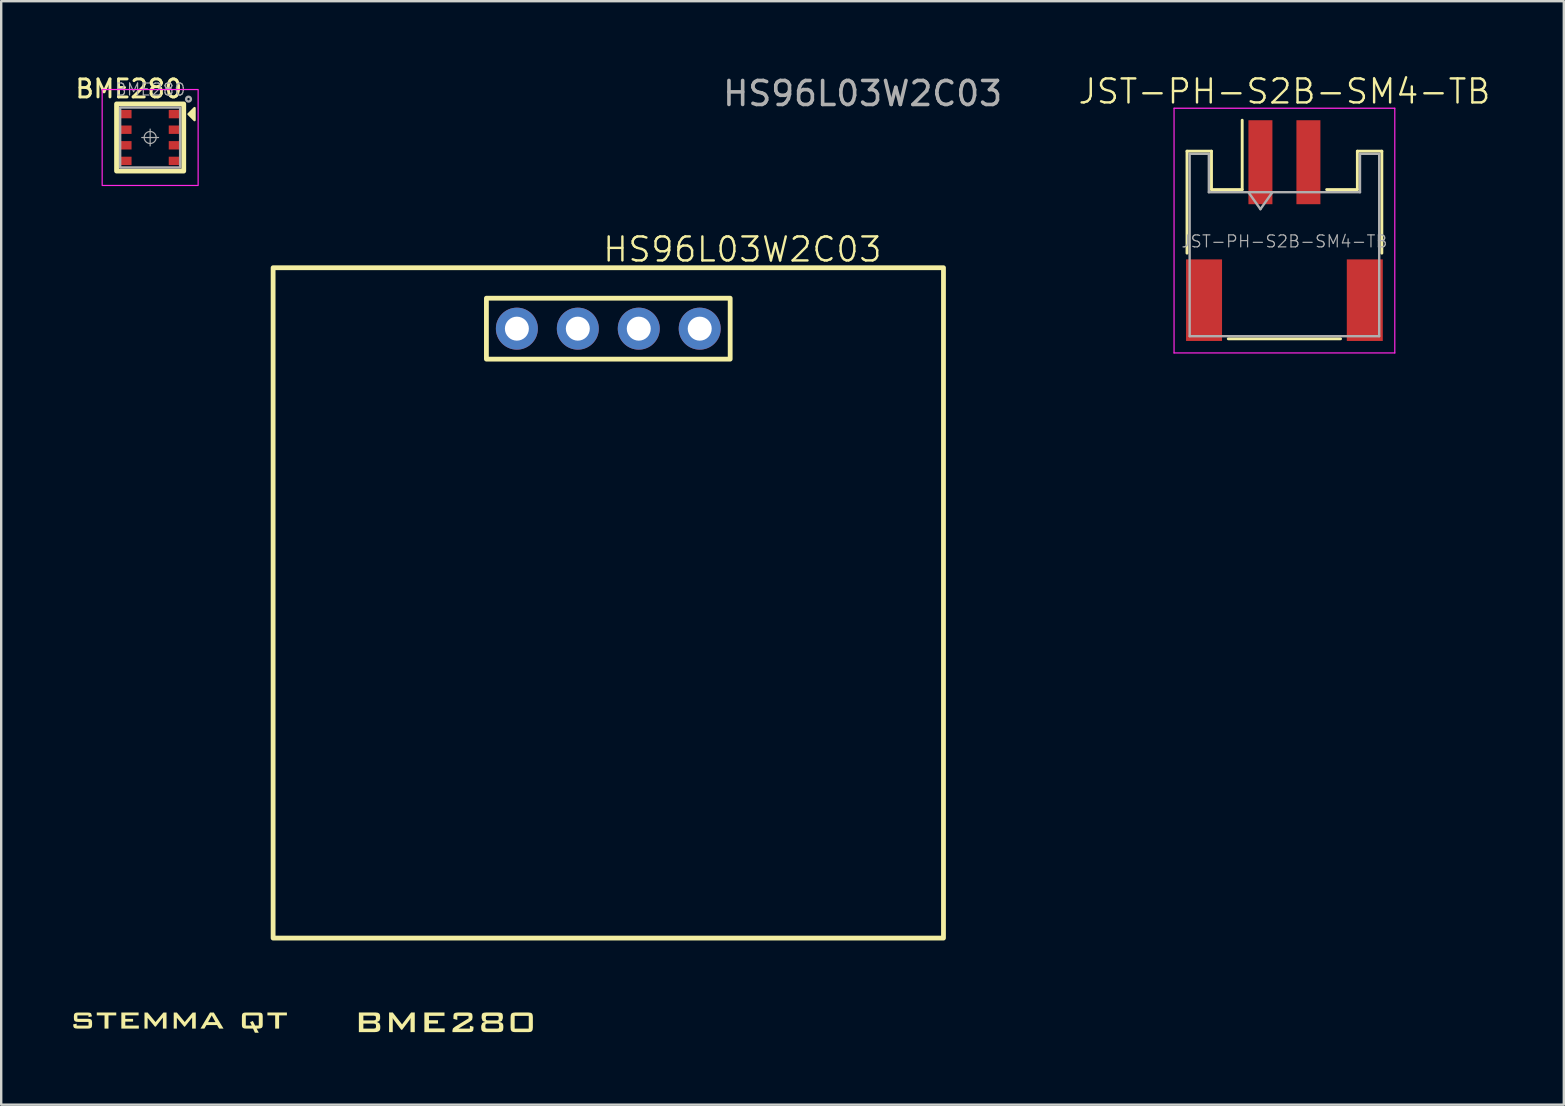
<source format=kicad_pcb>
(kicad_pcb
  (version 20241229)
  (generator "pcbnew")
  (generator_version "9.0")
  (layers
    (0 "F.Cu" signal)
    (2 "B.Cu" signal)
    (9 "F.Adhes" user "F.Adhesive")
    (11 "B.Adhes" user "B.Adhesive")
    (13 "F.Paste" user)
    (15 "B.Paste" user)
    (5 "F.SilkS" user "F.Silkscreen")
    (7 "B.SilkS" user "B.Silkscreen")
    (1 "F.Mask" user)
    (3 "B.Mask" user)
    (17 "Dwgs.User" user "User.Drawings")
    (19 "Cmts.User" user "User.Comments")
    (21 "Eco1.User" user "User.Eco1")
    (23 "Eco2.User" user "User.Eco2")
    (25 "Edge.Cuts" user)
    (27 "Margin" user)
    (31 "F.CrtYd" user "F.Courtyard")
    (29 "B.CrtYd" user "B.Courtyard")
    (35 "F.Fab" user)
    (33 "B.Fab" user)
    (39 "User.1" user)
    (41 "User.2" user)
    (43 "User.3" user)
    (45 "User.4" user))
  (footprint "kibuzzard-63A147A6"
    (layer "F.Cu")
    (at 15.533 39.559)
    (property "Reference" "kibuzzard-63A147A6" (at 0 -0.41 0) (layer "F.SilkS") (effects (font (size 0.001 0.001) (thickness 0.000003))))
    (attr board_only exclude_from_pos_files exclude_from_bom)
    (fp_poly (pts (xy -0.896 0.41) (xy -0.896 -0.41) (xy -0.057 -0.41) (xy -0.057 -0.27) (xy -0.705 -0.27) (xy -0.705 -0.087) (xy -0.327 -0.087) (xy -0.327 0.052) (xy -0.705 0.052) (xy -0.705 0.255) (xy -0.049 0.255) (xy -0.049 0.41) (xy -0.896 0.41)) (stroke (width 0) (type solid)) (fill yes) (layer "F.SilkS"))
    (fp_poly (pts (xy -2.367 0.41) (xy -2.367 -0.41) (xy -2.213 -0.41) (xy -1.827 0.086) (xy -1.449 -0.41) (xy -1.296 -0.41) (xy -1.296 0.41) (xy -1.473 0.41) (xy -1.473 -0.097) (xy -1.471 -0.134) (xy -1.466 -0.184) (xy -1.493 -0.132) (xy -1.514 -0.098) (xy -1.822 0.311) (xy -1.86 0.311) (xy -2.168 -0.1) (xy -2.198 -0.143) (xy -2.217 -0.183) (xy -2.214 -0.137) (xy -2.213 -0.097) (xy -2.213 0.41) (xy -2.367 0.41)) (stroke (width 0) (type solid)) (fill yes) (layer "F.SilkS"))
    (fp_poly (pts (xy 2.697 -0.216) (xy 2.868 0.262) (xy 3.454 0.262) (xy 3.454 -0.27) (xy 2.868 -0.27) (xy 2.868 0.262) (xy 2.697 -0.216) (xy 2.707 -0.31) (xy 2.736 -0.369) (xy 2.793 -0.399) (xy 2.884 -0.41) (xy 3.438 -0.41) (xy 3.53 -0.399) (xy 3.587 -0.369) (xy 3.616 -0.31) (xy 3.626 -0.216) (xy 3.626 0.216) (xy 3.616 0.31) (xy 3.587 0.369) (xy 3.53 0.399) (xy 3.438 0.41) (xy 2.884 0.41) (xy 2.793 0.399) (xy 2.736 0.369) (xy 2.707 0.31) (xy 2.697 0.216) (xy 2.697 -0.216)) (stroke (width 0) (type solid)) (fill yes) (layer "F.SilkS"))
    (fp_poly (pts (xy 0.316 -0.249) (xy 0.325 -0.327) (xy 0.354 -0.376) (xy 0.41 -0.401) (xy 0.503 -0.41) (xy 0.924 -0.41) (xy 1.016 -0.401) (xy 1.073 -0.376) (xy 1.102 -0.327) (xy 1.111 -0.249) (xy 1.111 -0.197) (xy 1.093 -0.105) (xy 1.005 -0.03) (xy 0.524 0.262) (xy 1 0.262) (xy 1 0.141) (xy 1.151 0.184) (xy 1.151 0.249) (xy 1.141 0.327) (xy 1.112 0.376) (xy 1.056 0.401) (xy 0.963 0.41) (xy 0.274 0.41) (xy 0.274 0.335) (xy 0.297 0.252) (xy 0.378 0.186) (xy 0.945 -0.163) (xy 0.945 -0.27) (xy 0.478 -0.27) (xy 0.478 -0.101) (xy 0.316 -0.143) (xy 0.316 -0.249)) (stroke (width 0) (type solid)) (fill yes) (layer "F.SilkS"))
    (fp_poly (pts (xy -3.626 0.41) (xy -3.438 0.262) (xy -3.003 0.262) (xy -2.93 0.246) (xy -2.911 0.189) (xy -2.911 0.127) (xy -2.93 0.07) (xy -3.003 0.054) (xy -3.438 0.054) (xy -3.438 0.262) (xy -3.626 0.41) (xy -3.626 -0.41) (xy -3.003 -0.276) (xy -3.438 -0.276) (xy -3.438 -0.081) (xy -3.003 -0.081) (xy -2.935 -0.094) (xy -2.916 -0.14) (xy -2.916 -0.217) (xy -2.935 -0.263) (xy -3.003 -0.276) (xy -3.626 -0.41) (xy -2.923 -0.41) (xy -2.84 -0.4) (xy -2.783 -0.372) (xy -2.751 -0.322) (xy -2.74 -0.251) (xy -2.74 -0.151) (xy -2.776 -0.057) (xy -2.881 -0.013) (xy -2.772 0.038) (xy -2.734 0.145) (xy -2.734 0.249) (xy -2.748 0.32) (xy -2.793 0.37) (xy -2.868 0.4) (xy -2.975 0.41) (xy -3.626 0.41)) (stroke (width 0) (type solid)) (fill yes) (layer "F.SilkS"))
    (fp_poly (pts (xy 2.189 -0.41) (xy 2.125 -0.27) (xy 1.743 -0.27) (xy 1.679 -0.255) (xy 1.663 -0.195) (xy 1.663 -0.154) (xy 1.679 -0.095) (xy 1.743 -0.079) (xy 2.125 -0.079) (xy 2.187 -0.094) (xy 2.203 -0.154) (xy 2.203 -0.195) (xy 2.187 -0.255) (xy 2.125 -0.27) (xy 2.189 -0.41) (xy 2.281 -0.401) (xy 2.143 0.054) (xy 1.724 0.054) (xy 1.662 0.069) (xy 1.646 0.129) (xy 1.646 0.189) (xy 1.661 0.248) (xy 1.724 0.262) (xy 2.143 0.262) (xy 2.205 0.248) (xy 2.22 0.189) (xy 2.22 0.129) (xy 2.205 0.069) (xy 2.143 0.054) (xy 2.281 -0.401) (xy 2.338 -0.376) (xy 2.367 -0.327) (xy 2.376 -0.249) (xy 2.376 -0.175) (xy 2.341 -0.068) (xy 2.293 -0.037) (xy 2.219 -0.016) (xy 2.298 0.002) (xy 2.352 0.034) (xy 2.384 0.082) (xy 2.395 0.148) (xy 2.395 0.234) (xy 2.384 0.318) (xy 2.351 0.372) (xy 2.29 0.4) (xy 2.195 0.41) (xy 1.672 0.41) (xy 1.577 0.4) (xy 1.517 0.372) (xy 1.484 0.319) (xy 1.473 0.234) (xy 1.473 0.148) (xy 1.516 0.034) (xy 1.57 0.002) (xy 1.648 -0.016) (xy 1.574 -0.038) (xy 1.525 -0.069) (xy 1.49 -0.175) (xy 1.49 -0.249) (xy 1.5 -0.327) (xy 1.529 -0.376) (xy 1.585 -0.401) (xy 1.678 -0.41) (xy 2.189 -0.41)) (stroke (width 0) (type solid)) (fill yes) (layer "F.SilkS")))
  (footprint "kibuzzard-63A146BA"
    (layer "F.Cu")
    (at 4.454 39.571)
    (property "Reference" "kibuzzard-63A146BA" (at 0 -0.422 180) (layer "F.SilkS") (effects (font (size 0.001 0.001) (thickness 0.000003))))
    (attr board_only exclude_from_pos_files exclude_from_bom)
    (fp_poly (pts (xy -2.983 -0.301) (xy -2.983 0.25) (xy -3.147 0.25) (xy -3.147 -0.301) (xy -3.471 -0.301) (xy -3.471 -0.421) (xy -2.658 -0.421) (xy -2.658 -0.301) (xy -2.983 -0.301)) (stroke (width 0) (type solid)) (fill yes) (layer "F.SilkS"))
    (fp_poly (pts (xy 4.129 -0.301) (xy 4.129 0.25) (xy 3.965 0.25) (xy 3.965 -0.301) (xy 3.641 -0.301) (xy 3.641 -0.421) (xy 4.454 -0.421) (xy 4.454 -0.301) (xy 4.129 -0.301)) (stroke (width 0) (type solid)) (fill yes) (layer "F.SilkS"))
    (fp_poly (pts (xy -2.447 0.25) (xy -2.447 -0.421) (xy -1.727 -0.421) (xy -1.727 -0.303) (xy -2.282 -0.303) (xy -2.282 -0.156) (xy -1.958 -0.156) (xy -1.958 -0.041) (xy -2.282 -0.041) (xy -2.282 0.124) (xy -1.718 0.124) (xy -1.718 0.25) (xy -2.447 0.25)) (stroke (width 0) (type solid)) (fill yes) (layer "F.SilkS"))
    (fp_poly (pts (xy -1.482 0.25) (xy -1.482 -0.421) (xy -1.351 -0.421) (xy -1.022 -0.023) (xy -0.695 -0.421) (xy -0.563 -0.421) (xy -0.563 0.25) (xy -0.715 0.25) (xy -0.715 -0.212) (xy -1.015 0.169) (xy -1.047 0.169) (xy -1.351 -0.201) (xy -1.351 0.25) (xy -1.482 0.25)) (stroke (width 0) (type solid)) (fill yes) (layer "F.SilkS"))
    (fp_poly (pts (xy -0.264 0.25) (xy -0.264 -0.421) (xy -0.133 -0.421) (xy 0.196 -0.023) (xy 0.523 -0.421) (xy 0.655 -0.421) (xy 0.655 0.25) (xy 0.503 0.25) (xy 0.503 -0.212) (xy 0.203 0.169) (xy 0.171 0.169) (xy -0.133 -0.201) (xy -0.133 0.25) (xy -0.264 0.25)) (stroke (width 0) (type solid)) (fill yes) (layer "F.SilkS"))
    (fp_poly (pts (xy 0.851 0.25) (xy 1.169 -0.02) (xy 1.477 -0.02) (xy 1.32 -0.3) (xy 1.169 -0.02) (xy 0.851 0.25) (xy 1.25 -0.421) (xy 1.407 -0.421) (xy 1.812 0.25) (xy 1.628 0.25) (xy 1.544 0.103) (xy 1.1 0.103) (xy 1.015 0.25) (xy 0.851 0.25)) (stroke (width 0) (type solid)) (fill yes) (layer "F.SilkS"))
    (fp_poly (pts (xy 2.578 -0.263) (xy 2.741 0.121) (xy 2.987 0.121) (xy 2.917 -0.023) (xy 3.035 -0.068) (xy 3.127 0.121) (xy 3.282 0.121) (xy 3.282 -0.298) (xy 2.741 -0.298) (xy 2.741 0.121) (xy 2.578 -0.263) (xy 2.587 -0.34) (xy 2.613 -0.388) (xy 2.665 -0.413) (xy 2.752 -0.421) (xy 3.272 -0.421) (xy 3.359 -0.413) (xy 3.411 -0.388) (xy 3.437 -0.34) (xy 3.446 -0.263) (xy 3.446 0.09) (xy 3.437 0.167) (xy 3.41 0.215) (xy 3.357 0.24) (xy 3.272 0.25) (xy 3.192 0.25) (xy 3.281 0.421) (xy 3.119 0.421) (xy 3.043 0.25) (xy 2.752 0.25) (xy 2.667 0.242) (xy 2.614 0.216) (xy 2.587 0.168) (xy 2.578 0.09) (xy 2.578 -0.263)) (stroke (width 0) (type solid)) (fill yes) (layer "F.SilkS"))
    (fp_poly (pts (xy -3.816 -0.301) (xy -4.278 -0.301) (xy -4.278 -0.159) (xy -3.84 -0.159) (xy -3.754 -0.151) (xy -3.702 -0.126) (xy -3.675 -0.079) (xy -3.666 -0.001) (xy -3.666 0.091) (xy -3.675 0.169) (xy -3.702 0.217) (xy -3.755 0.242) (xy -3.84 0.25) (xy -4.276 0.25) (xy -4.363 0.242) (xy -4.417 0.217) (xy -4.444 0.169) (xy -4.454 0.091) (xy -4.454 0.072) (xy -4.308 0.045) (xy -4.308 0.124) (xy -3.814 0.124) (xy -3.814 -0.029) (xy -4.249 -0.029) (xy -4.335 -0.037) (xy -4.388 -0.063) (xy -4.416 -0.111) (xy -4.425 -0.188) (xy -4.425 -0.263) (xy -4.416 -0.34) (xy -4.388 -0.388) (xy -4.335 -0.413) (xy -4.249 -0.421) (xy -3.851 -0.421) (xy -3.765 -0.413) (xy -3.711 -0.389) (xy -3.674 -0.276) (xy -3.674 -0.259) (xy -3.816 -0.229) (xy -3.816 -0.301)) (stroke (width 0) (type solid)) (fill yes) (layer "F.SilkS")))
  (footprint "JST-PH-S2B-SM4-TB"
    (layer "F.Cu")
    (at 50.483 7.511)
    (property "Reference" "JST-PH-S2B-SM4-TB" (at 0 -6.75 0) (unlocked yes) (layer "F.SilkS") (effects (font (size 1 1) (thickness 0.1))))
    (attr smd)
    (fp_line (start -4.06 -4.26) (end -3.04 -4.26) (stroke (width 0.12) (type solid)) (layer "F.SilkS"))
    (fp_line (start -4.06 -0.01) (end -4.06 -4.26) (stroke (width 0.12) (type solid)) (layer "F.SilkS"))
    (fp_line (start -3.04 -4.26) (end -3.04 -2.66) (stroke (width 0.12) (type solid)) (layer "F.SilkS"))
    (fp_line (start -3.04 -2.66) (end -1.76 -2.66) (stroke (width 0.12) (type solid)) (layer "F.SilkS"))
    (fp_line (start -2.34 3.56) (end 2.34 3.56) (stroke (width 0.12) (type solid)) (layer "F.SilkS"))
    (fp_line (start -1.76 -2.66) (end -1.76 -5.55) (stroke (width 0.12) (type solid)) (layer "F.SilkS"))
    (fp_line (start 3.04 -4.26) (end 3.04 -2.66) (stroke (width 0.12) (type solid)) (layer "F.SilkS"))
    (fp_line (start 3.04 -2.66) (end 1.76 -2.66) (stroke (width 0.12) (type solid)) (layer "F.SilkS"))
    (fp_line (start 4.06 -4.26) (end 3.04 -4.26) (stroke (width 0.12) (type solid)) (layer "F.SilkS"))
    (fp_line (start 4.06 -0.01) (end 4.06 -4.26) (stroke (width 0.12) (type solid)) (layer "F.SilkS"))
    (fp_line (start -4.6 -6.05) (end -4.6 4.15) (stroke (width 0.05) (type solid)) (layer "F.CrtYd"))
    (fp_line (start -4.6 4.15) (end 4.6 4.15) (stroke (width 0.05) (type solid)) (layer "F.CrtYd"))
    (fp_line (start 4.6 -6.05) (end -4.6 -6.05) (stroke (width 0.05) (type solid)) (layer "F.CrtYd"))
    (fp_line (start 4.6 4.15) (end 4.6 -6.05) (stroke (width 0.05) (type solid)) (layer "F.CrtYd"))
    (fp_line (start -3.95 -4.15) (end -3.95 3.45) (stroke (width 0.1) (type solid)) (layer "F.Fab"))
    (fp_line (start -3.95 -4.15) (end -3.15 -4.15) (stroke (width 0.1) (type solid)) (layer "F.Fab"))
    (fp_line (start -3.95 3.45) (end 3.95 3.45) (stroke (width 0.1) (type solid)) (layer "F.Fab"))
    (fp_line (start -3.15 -4.15) (end -3.15 -2.55) (stroke (width 0.1) (type solid)) (layer "F.Fab"))
    (fp_line (start -3.15 -2.55) (end 3.15 -2.55) (stroke (width 0.1) (type solid)) (layer "F.Fab"))
    (fp_line (start -1.5 -2.55) (end -1 -1.843) (stroke (width 0.1) (type solid)) (layer "F.Fab"))
    (fp_line (start -1 -1.843) (end -0.5 -2.55) (stroke (width 0.1) (type solid)) (layer "F.Fab"))
    (fp_line (start 3.15 -4.15) (end 3.95 -4.15) (stroke (width 0.1) (type solid)) (layer "F.Fab"))
    (fp_line (start 3.15 -2.55) (end 3.15 -4.15) (stroke (width 0.1) (type solid)) (layer "F.Fab"))
    (fp_line (start 3.95 -4.15) (end 3.95 3.45) (stroke (width 0.1) (type solid)) (layer "F.Fab"))
    (fp_text user "${REFERENCE}" (at 0 -0.5 0) (unlocked yes) (layer "F.Fab") (effects (font (size 0.5 0.5) (thickness 0.05))))
    (pad "" smd rect (at -3.35 1.95) (size 1.5 3.4) (layers "F.Cu" "F.Mask" "F.Paste"))
    (pad "" smd rect (at 3.35 1.95) (size 1.5 3.4) (layers "F.Cu" "F.Mask" "F.Paste"))
    (pad "1" smd rect (at -1 -3.8) (size 1 3.5) (layers "F.Cu" "F.Mask" "F.Paste"))
    (pad "2" smd rect (at 1 -3.8) (size 1 3.5) (layers "F.Cu" "F.Mask" "F.Paste")))
  (footprint "HS96L03W2C03"
    (layer "F.Cu")
    (at 22.303 10.648)
    (property "Reference" "HS96L03W2C03" (at 5.588 -3.302 0) (unlocked yes) (layer "F.SilkS") (effects (font (size 1 1) (thickness 0.1))))
    (attr through_hole)
    (fp_rect (start -13.97 -2.54) (end 13.97 25.4) (stroke (width 0.2) (type default)) (fill no) (layer "F.SilkS"))
    (fp_rect (start -5.08 -1.27) (end 5.08 1.27) (stroke (width 0.2) (type default)) (fill no) (layer "F.SilkS"))
    (fp_text user "${REFERENCE}" (at 10.6 -9.8 0) (unlocked yes) (layer "F.Fab") (effects (font (size 1 1) (thickness 0.15))))
    (pad "1" thru_hole circle (at -3.81 0) (size 1.75 1.75) (drill 1) (layers "*.Cu" "*.Mask"))
    (pad "2" thru_hole circle (at -1.27 0) (size 1.75 1.75) (drill 1) (layers "*.Cu" "*.Mask"))
    (pad "3" thru_hole circle (at 1.27 0) (size 1.75 1.75) (drill 1) (layers "*.Cu" "*.Mask"))
    (pad "4" thru_hole circle (at 3.81 0) (size 1.75 1.75) (drill 1) (layers "*.Cu" "*.Mask")))
  (footprint "BME280"
    (layer "F.Cu")
    (at 3.208 2.681)
    (property "Reference" "BME280" (at -0.889 -2.032 0) (unlocked yes) (layer "F.SilkS") (effects (font (size 0.75 0.75) (thickness 0.12))))
    (attr smd)
    (fp_rect (start -1.4 -1.4) (end 1.4 1.4) (stroke (width 0.2) (type default)) (fill no) (layer "F.SilkS"))
    (fp_poly (pts (xy 1.6 -0.975) (xy 1.85 -1.225) (xy 1.85 -0.725)) (stroke (width 0.1) (type solid)) (fill yes) (layer "F.SilkS"))
    (fp_rect (start -2 -2) (end 2 2) (stroke (width 0.05) (type default)) (fill no) (layer "F.CrtYd"))
    (fp_line (start 0 -0.35) (end 0 0.35) (stroke (width 0.05) (type solid)) (layer "F.Fab"))
    (fp_line (start 0.35 0) (end -0.35 0) (stroke (width 0.05) (type solid)) (layer "F.Fab"))
    (fp_rect (start -1.25 -1.25) (end 1.25 1.25) (stroke (width 0.1) (type default)) (fill no) (layer "F.Fab"))
    (fp_circle (center 0 0) (end 0.25 0) (stroke (width 0.05) (type solid)) (fill no) (layer "F.Fab"))
    (fp_circle (center 1.6 -1.6) (end 1.7 -1.6) (stroke (width 0.1) (type solid)) (fill no) (layer "F.Fab"))
    (fp_text user "${REFERENCE}" (at 0 -2 0) (unlocked yes) (layer "F.Fab") (effects (font (size 0.5 0.5) (thickness 0.05))))
    (pad "1" smd rect (at 1.025 -0.975) (size 0.5 0.35) (layers "F.Cu" "F.Mask" "F.Paste"))
    (pad "2" smd rect (at 1.025 -0.325) (size 0.5 0.35) (layers "F.Cu" "F.Mask" "F.Paste"))
    (pad "3" smd rect (at 1.025 0.325) (size 0.5 0.35) (layers "F.Cu" "F.Mask" "F.Paste"))
    (pad "4" smd rect (at 1.025 0.975) (size 0.5 0.35) (layers "F.Cu" "F.Mask" "F.Paste"))
    (pad "5" smd rect (at -1.025 0.975) (size 0.5 0.35) (layers "F.Cu" "F.Mask" "F.Paste"))
    (pad "6" smd rect (at -1.025 0.325) (size 0.5 0.35) (layers "F.Cu" "F.Mask" "F.Paste"))
    (pad "7" smd rect (at -1.025 -0.325) (size 0.5 0.35) (layers "F.Cu" "F.Mask" "F.Paste"))
    (pad "8" smd rect (at -1.025 -0.975) (size 0.5 0.35) (layers "F.Cu" "F.Mask" "F.Paste")))
  (gr_rect
    (start -3 -3)
    (end 62.128 42.992)
    (stroke (width 0.1) (type default))
    (fill no)
    (layer "Edge.Cuts")))
</source>
